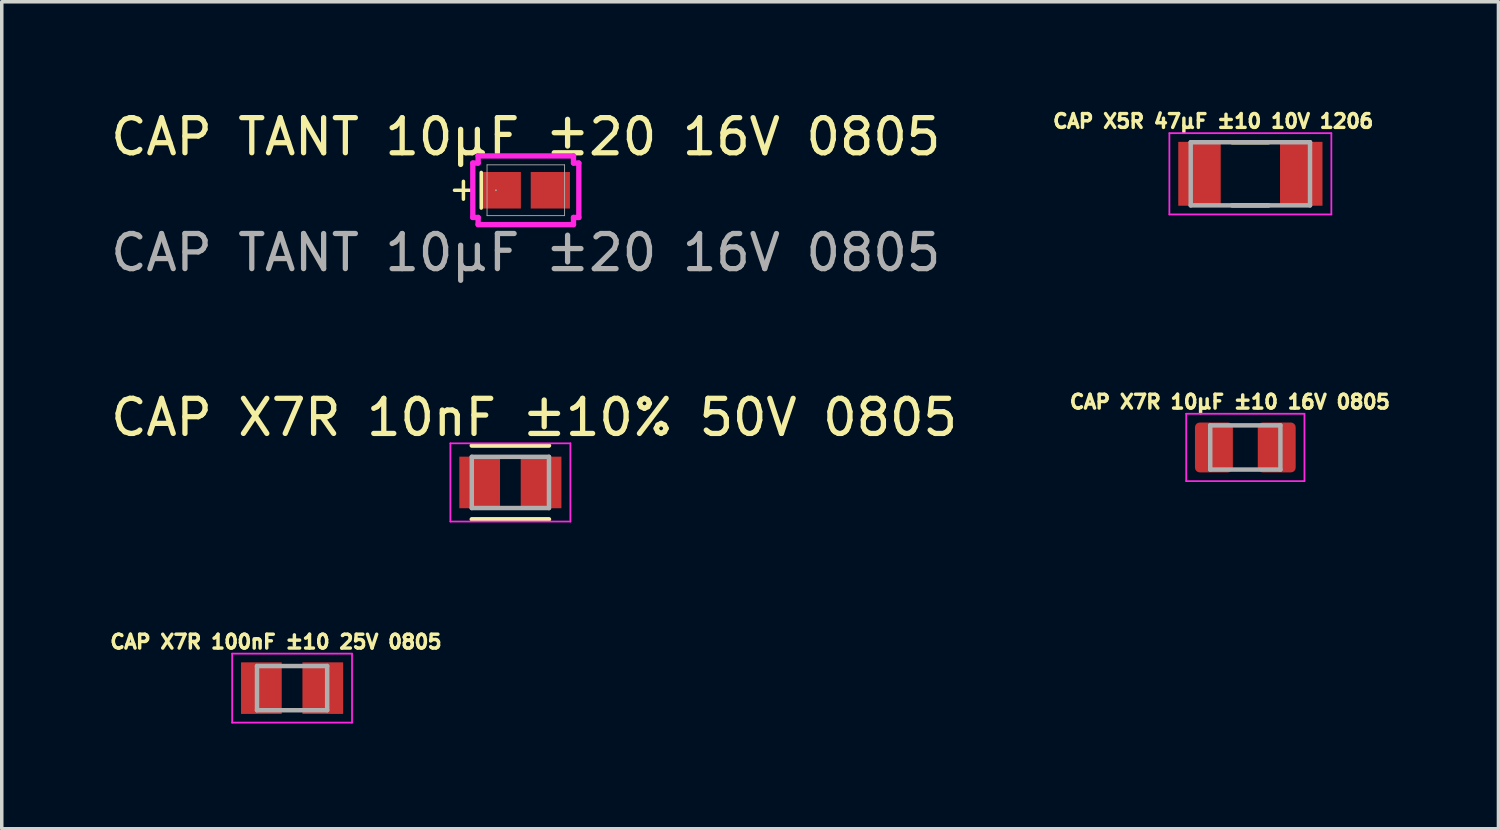
<source format=kicad_pcb>
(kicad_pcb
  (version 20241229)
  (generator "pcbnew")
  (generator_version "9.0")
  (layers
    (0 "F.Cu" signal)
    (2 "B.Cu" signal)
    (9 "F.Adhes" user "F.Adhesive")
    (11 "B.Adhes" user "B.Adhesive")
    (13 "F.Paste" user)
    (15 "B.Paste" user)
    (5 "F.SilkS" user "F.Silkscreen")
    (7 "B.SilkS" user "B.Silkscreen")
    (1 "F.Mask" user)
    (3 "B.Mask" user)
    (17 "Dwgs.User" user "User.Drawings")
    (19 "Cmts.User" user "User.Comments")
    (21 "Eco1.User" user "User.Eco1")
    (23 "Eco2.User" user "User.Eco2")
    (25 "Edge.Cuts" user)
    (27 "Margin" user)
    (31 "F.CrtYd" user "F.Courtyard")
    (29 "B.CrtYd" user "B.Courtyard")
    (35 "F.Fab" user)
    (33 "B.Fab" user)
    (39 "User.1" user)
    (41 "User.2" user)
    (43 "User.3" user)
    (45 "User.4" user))
  (footprint "CAP X7R 100nF ±10 25V 0805"
    (layer "F.Cu")
    (at 5.274 16.561)
    (property "Reference" "CAP X7R 100nF ±10 25V 0805" (at -0.46 -1.32 0) (layer "F.SilkS") (effects (font (size 0.394 0.394) (thickness 0.098))))
    (attr smd)
    (fp_line (start -1.708 -0.983) (end 1.708 -0.983) (stroke (width 0.05) (type solid)) (layer "F.CrtYd"))
    (fp_line (start -1.708 0.983) (end -1.708 -0.983) (stroke (width 0.05) (type solid)) (layer "F.CrtYd"))
    (fp_line (start -1.708 0.983) (end 1.708 0.983) (stroke (width 0.05) (type solid)) (layer "F.CrtYd"))
    (fp_line (start 1.708 0.983) (end 1.708 -0.983) (stroke (width 0.05) (type solid)) (layer "F.CrtYd"))
    (fp_line (start -1 0.63) (end -1 -0.63) (stroke (width 0.127) (type solid)) (layer "F.Fab"))
    (fp_line (start 1 -0.63) (end -1 -0.63) (stroke (width 0.127) (type solid)) (layer "F.Fab"))
    (fp_line (start 1 0.63) (end -1 0.63) (stroke (width 0.127) (type solid)) (layer "F.Fab"))
    (fp_line (start 1 0.63) (end 1 -0.63) (stroke (width 0.127) (type solid)) (layer "F.Fab"))
    (pad "1" smd rect (at -0.875 0) (size 1.16 1.47) (layers "F.Cu" "F.Mask" "F.Paste"))
    (pad "2" smd rect (at 0.875 0) (size 1.16 1.47) (layers "F.Cu" "F.Mask" "F.Paste")))
  (footprint "CAP TANT 10μF ±20 16V 0805"
    (layer "F.Cu")
    (at 11.935 2.372)
    (property "Reference" "CAP TANT 10μF ±20 16V 0805" (at 0 -1.524 0) (unlocked yes) (layer "F.SilkS") (effects (font (size 1 1) (thickness 0.15))))
    (attr smd)
    (fp_line (start -2.032 0) (end -1.524 0) (stroke (width 0.1) (type default)) (layer "F.SilkS"))
    (fp_line (start -1.778 -0.254) (end -1.778 0.254) (stroke (width 0.1) (type default)) (layer "F.SilkS"))
    (fp_line (start -1.27 -0.508) (end -1.27 0.508) (stroke (width 0.1) (type default)) (layer "F.SilkS"))
    (fp_line (start -1.511 -0.775) (end -1.359 -0.775) (stroke (width 0.152) (type solid)) (layer "F.CrtYd"))
    (fp_line (start -1.511 0.775) (end -1.511 -0.775) (stroke (width 0.152) (type solid)) (layer "F.CrtYd"))
    (fp_line (start -1.359 -0.978) (end 1.359 -0.978) (stroke (width 0.152) (type solid)) (layer "F.CrtYd"))
    (fp_line (start -1.359 -0.775) (end -1.359 -0.978) (stroke (width 0.152) (type solid)) (layer "F.CrtYd"))
    (fp_line (start -1.359 0.775) (end -1.511 0.775) (stroke (width 0.152) (type solid)) (layer "F.CrtYd"))
    (fp_line (start -1.359 0.978) (end -1.359 0.775) (stroke (width 0.152) (type solid)) (layer "F.CrtYd"))
    (fp_line (start 1.359 -0.978) (end 1.359 -0.775) (stroke (width 0.152) (type solid)) (layer "F.CrtYd"))
    (fp_line (start 1.359 -0.775) (end 1.511 -0.775) (stroke (width 0.152) (type solid)) (layer "F.CrtYd"))
    (fp_line (start 1.359 0.775) (end 1.359 0.978) (stroke (width 0.152) (type solid)) (layer "F.CrtYd"))
    (fp_line (start 1.359 0.978) (end -1.359 0.978) (stroke (width 0.152) (type solid)) (layer "F.CrtYd"))
    (fp_line (start 1.511 -0.775) (end 1.511 0.775) (stroke (width 0.152) (type solid)) (layer "F.CrtYd"))
    (fp_line (start 1.511 0.775) (end 1.359 0.775) (stroke (width 0.152) (type solid)) (layer "F.CrtYd"))
    (fp_line (start -1.105 -0.724) (end -1.105 0.724) (stroke (width 0.025) (type solid)) (layer "F.Fab"))
    (fp_line (start -1.105 0.724) (end 1.105 0.724) (stroke (width 0.025) (type solid)) (layer "F.Fab"))
    (fp_line (start 1.105 -0.724) (end -1.105 -0.724) (stroke (width 0.025) (type solid)) (layer "F.Fab"))
    (fp_line (start 1.105 0.724) (end 1.105 -0.724) (stroke (width 0.025) (type solid)) (layer "F.Fab"))
    (fp_circle (center -0.851 0) (end -0.851 0) (stroke (width 0.025) (type solid)) (fill no) (layer "F.Fab"))
    (fp_text user "${REFERENCE}" (at 0 1.778 0) (unlocked yes) (layer "F.Fab") (effects (font (size 1 1) (thickness 0.15))))
    (pad "1" smd rect (at -0.699 0 90) (size 1.041 1.117) (layers "F.Cu" "F.Mask" "F.Paste"))
    (pad "2" smd rect (at 0.699 0 90) (size 1.041 1.117) (layers "F.Cu" "F.Mask" "F.Paste"))
    (zone (net_name "") (layer "F.Cu") (hatch full 0.508) (connect_pads) (min_thickness 0.254) (filled_areas_thickness no) (keepout (tracks not_allowed) (vias not_allowed) (pads allowed) (copperpour not_allowed) (footprints allowed)) (placement (enabled no)) (fill) (polygon (pts (xy 10.88 1.699) (xy 12.989 1.699) (xy 12.989 1.801) (xy 10.88 1.801))))
    (zone (net_name "") (layer "F.Cu") (hatch full 0.508) (connect_pads) (min_thickness 0.254) (filled_areas_thickness no) (keepout (tracks not_allowed) (vias not_allowed) (pads allowed) (copperpour not_allowed) (footprints allowed)) (placement (enabled no)) (fill) (polygon (pts (xy 10.88 2.944) (xy 12.989 2.944) (xy 12.989 3.045) (xy 10.88 3.045))))
    (zone (net_name "") (layer "F.Cu") (hatch full 0.508) (connect_pads) (min_thickness 0.254) (filled_areas_thickness no) (keepout (tracks not_allowed) (vias not_allowed) (pads allowed) (copperpour not_allowed) (footprints allowed)) (placement (enabled no)) (fill) (polygon (pts (xy 11.845 1.801) (xy 12.024 1.801) (xy 12.024 2.944) (xy 11.845 2.944)))))
  (footprint "CAP X5R 47μF ±10 10V 1206"
    (layer "F.Cu")
    (at 32.584 1.903)
    (property "Reference" "CAP X5R 47μF ±10 10V 1206" (at -1.06 -1.5 0) (layer "F.SilkS") (effects (font (size 0.394 0.394) (thickness 0.098))))
    (attr smd)
    (fp_line (start -0.52 -0.9) (end 0.52 -0.9) (stroke (width 0.127) (type solid)) (layer "F.SilkS"))
    (fp_line (start -0.52 0.9) (end 0.52 0.9) (stroke (width 0.127) (type solid)) (layer "F.SilkS"))
    (fp_line (start -2.308 -1.158) (end 2.308 -1.158) (stroke (width 0.05) (type solid)) (layer "F.CrtYd"))
    (fp_line (start -2.308 1.158) (end -2.308 -1.158) (stroke (width 0.05) (type solid)) (layer "F.CrtYd"))
    (fp_line (start -2.308 1.158) (end 2.308 1.158) (stroke (width 0.05) (type solid)) (layer "F.CrtYd"))
    (fp_line (start 2.308 1.158) (end 2.308 -1.158) (stroke (width 0.05) (type solid)) (layer "F.CrtYd"))
    (fp_line (start -1.7 0.9) (end -1.7 -0.9) (stroke (width 0.127) (type solid)) (layer "F.Fab"))
    (fp_line (start 1.7 -0.9) (end -1.7 -0.9) (stroke (width 0.127) (type solid)) (layer "F.Fab"))
    (fp_line (start 1.7 0.9) (end -1.7 0.9) (stroke (width 0.127) (type solid)) (layer "F.Fab"))
    (fp_line (start 1.7 0.9) (end 1.7 -0.9) (stroke (width 0.127) (type solid)) (layer "F.Fab"))
    (pad "1" smd rect (at -1.45 0) (size 1.21 1.82) (layers "F.Cu" "F.Mask" "F.Paste"))
    (pad "2" smd rect (at 1.45 0) (size 1.21 1.82) (layers "F.Cu" "F.Mask" "F.Paste")))
  (footprint "CAP X7R 10nF ±10% 50V 0805"
    (layer "F.Cu")
    (at 11.495 10.699)
    (property "Reference" "CAP X7R 10nF ±10% 50V 0805" (at 0.678 -1.852 0) (layer "F.SilkS") (effects (font (size 1 1) (thickness 0.15))))
    (attr smd)
    (fp_line (start -1.1 -1.05) (end 1.1 -1.05) (stroke (width 0.127) (type solid)) (layer "F.SilkS"))
    (fp_line (start 1.1 1.05) (end -1.1 1.05) (stroke (width 0.127) (type solid)) (layer "F.SilkS"))
    (fp_line (start -1.71 -1.114) (end 1.71 -1.114) (stroke (width 0.05) (type solid)) (layer "F.CrtYd"))
    (fp_line (start -1.71 1.114) (end -1.71 -1.114) (stroke (width 0.05) (type solid)) (layer "F.CrtYd"))
    (fp_line (start 1.71 -1.114) (end 1.71 1.114) (stroke (width 0.05) (type solid)) (layer "F.CrtYd"))
    (fp_line (start 1.71 1.114) (end -1.71 1.114) (stroke (width 0.05) (type solid)) (layer "F.CrtYd"))
    (fp_line (start -1.1 -0.73) (end 1.1 -0.73) (stroke (width 0.127) (type solid)) (layer "F.Fab"))
    (fp_line (start -1.1 0.73) (end -1.1 -0.73) (stroke (width 0.127) (type solid)) (layer "F.Fab"))
    (fp_line (start 1.1 -0.73) (end 1.1 0.73) (stroke (width 0.127) (type solid)) (layer "F.Fab"))
    (fp_line (start 1.1 0.73) (end -1.1 0.73) (stroke (width 0.127) (type solid)) (layer "F.Fab"))
    (pad "1" smd rect (at -0.875 0) (size 1.16 1.47) (layers "F.Cu" "F.Mask" "F.Paste"))
    (pad "2" smd rect (at 0.875 0) (size 1.16 1.47) (layers "F.Cu" "F.Mask" "F.Paste")))
  (footprint "CAP X7R 10μF ±10 16V 0805"
    (layer "F.Cu")
    (at 32.44 9.702)
    (property "Reference" "CAP X7R 10μF ±10 16V 0805" (at -0.44 -1.3 0) (layer "F.SilkS") (effects (font (size 0.394 0.394) (thickness 0.098))))
    (attr smd)
    (fp_line (start -1.685 -0.96) (end 1.685 -0.96) (stroke (width 0.05) (type solid)) (layer "F.CrtYd"))
    (fp_line (start -1.685 0.96) (end -1.685 -0.96) (stroke (width 0.05) (type solid)) (layer "F.CrtYd"))
    (fp_line (start -1.685 0.96) (end 1.685 0.96) (stroke (width 0.05) (type solid)) (layer "F.CrtYd"))
    (fp_line (start 1.685 0.96) (end 1.685 -0.96) (stroke (width 0.05) (type solid)) (layer "F.CrtYd"))
    (fp_line (start -1 0.63) (end -1 -0.63) (stroke (width 0.127) (type solid)) (layer "F.Fab"))
    (fp_line (start 1 -0.63) (end -1 -0.63) (stroke (width 0.127) (type solid)) (layer "F.Fab"))
    (fp_line (start 1 0.63) (end -1 0.63) (stroke (width 0.127) (type solid)) (layer "F.Fab"))
    (fp_line (start 1 0.63) (end 1 -0.63) (stroke (width 0.127) (type solid)) (layer "F.Fab"))
    (pad "1" smd roundrect (at -0.895 0) (size 1.08 1.42) (layers "F.Cu" "F.Mask" "F.Paste") (roundrect_rratio 0.125))
    (pad "2" smd roundrect (at 0.895 0) (size 1.08 1.42) (layers "F.Cu" "F.Mask" "F.Paste") (roundrect_rratio 0.125)))
  (gr_rect
    (start -3 -3)
    (end 39.654 20.569)
    (stroke (width 0.1) (type default))
    (fill no)
    (layer "Edge.Cuts")))
</source>
